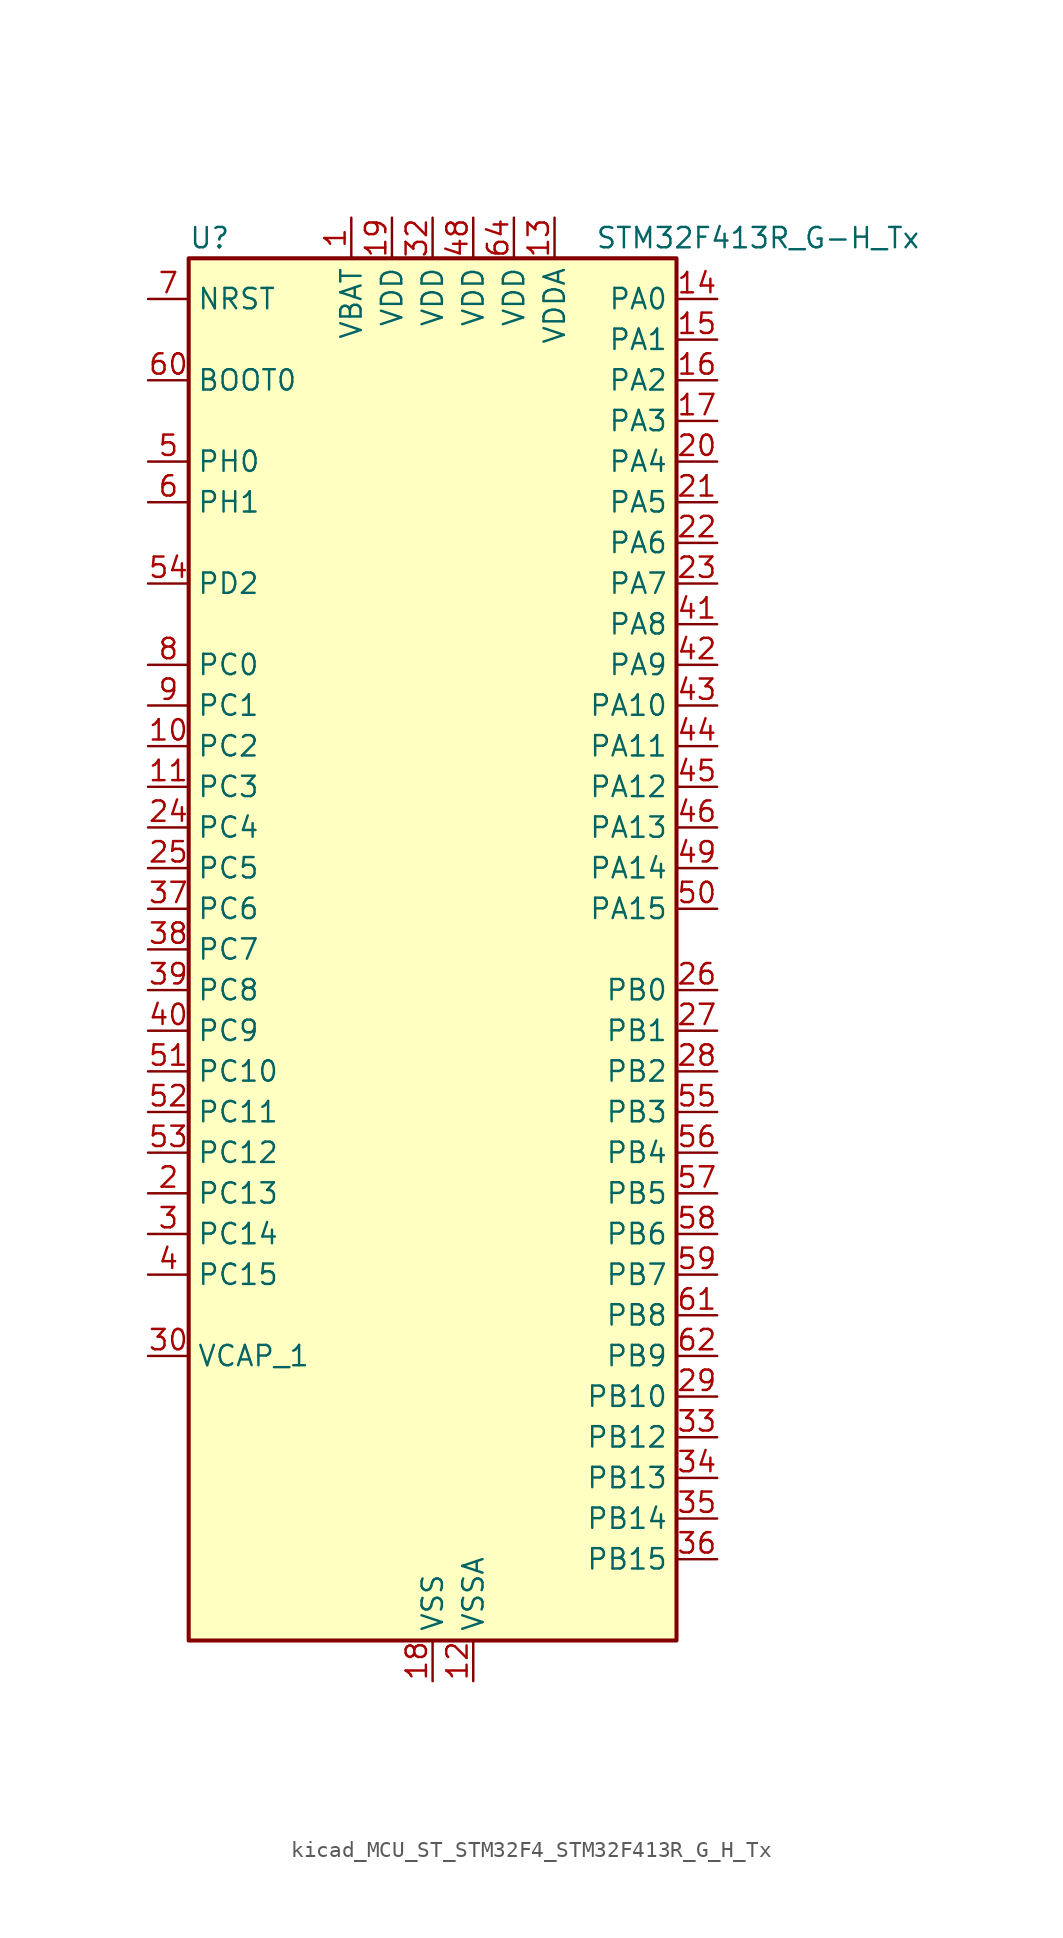
<source format=kicad_sym>
(kicad_symbol_lib
  (version 20220914)
  (generator kicad_symbol_editor)
  (symbol "kicad_MCU_ST_STM32F4_STM32F413R_G_H_Tx"
    (property "Reference" "U"
      (at -15.24 44.45 0)
      (effects (font (size 1.27 1.27)) (justify left)))
    (property "Value" "STM32F413R_G-H_Tx"
      (at 10.16 44.45 0)
      (effects (font (size 1.27 1.27)) (justify left)))
    (property "ki_locked" ""
      (at 0 0 0)
      (effects (font (size 1.27 1.27))))
    (symbol "kicad_MCU_ST_STM32F4_STM32F413R_G_H_Tx_0_1"
      (rectangle (start -15.24 -43.18) (end 15.24 43.18) (stroke (width 0.254) (type default)) (fill (type background))))
    (symbol "kicad_MCU_ST_STM32F4_STM32F413R_G_H_Tx_1_1"
      (pin power_in line (at -5.08 45.72 270) (length 2.54) (name "VBAT" (effects (font (size 1.27 1.27)))) (number "1" (effects (font (size 1.27 1.27)))))
      (pin bidirectional line (at -17.78 12.7 0) (length 2.54) (name "PC2" (effects (font (size 1.27 1.27)))) (number "10" (effects (font (size 1.27 1.27)))) (alternate "ADC1_IN12" bidirectional line) (alternate "DFSDM1_CKOUT" bidirectional line) (alternate "DFSDM2_DATIN7" bidirectional line) (alternate "FSMC_NWE" bidirectional line) (alternate "I2S2_ext_SD" bidirectional line) (alternate "LPTIM1_IN2" bidirectional line) (alternate "SAI1_SCK_B" bidirectional line) (alternate "SPI2_MISO" bidirectional line))
      (pin bidirectional line (at -17.78 10.16 0) (length 2.54) (name "PC3" (effects (font (size 1.27 1.27)))) (number "11" (effects (font (size 1.27 1.27)))) (alternate "ADC1_IN13" bidirectional line) (alternate "DFSDM2_CKIN7" bidirectional line) (alternate "FSMC_A0" bidirectional line) (alternate "I2S2_SD" bidirectional line) (alternate "LPTIM1_ETR" bidirectional line) (alternate "SAI1_FS_B" bidirectional line) (alternate "SPI2_MOSI" bidirectional line))
      (pin power_in line (at 2.54 -45.72 90) (length 2.54) (name "VSSA" (effects (font (size 1.27 1.27)))) (number "12" (effects (font (size 1.27 1.27)))))
      (pin power_in line (at 7.62 45.72 270) (length 2.54) (name "VDDA" (effects (font (size 1.27 1.27)))) (number "13" (effects (font (size 1.27 1.27)))))
      (pin bidirectional line (at 17.78 40.64 180) (length 2.54) (name "PA0" (effects (font (size 1.27 1.27)))) (number "14" (effects (font (size 1.27 1.27)))) (alternate "ADC1_IN0" bidirectional line) (alternate "SYS_WKUP1" bidirectional line) (alternate "TIM2_CH1" bidirectional line) (alternate "TIM2_ETR" bidirectional line) (alternate "TIM5_CH1" bidirectional line) (alternate "TIM8_ETR" bidirectional line) (alternate "UART4_TX" bidirectional line) (alternate "USART2_CTS" bidirectional line))
      (pin bidirectional line (at 17.78 38.1 180) (length 2.54) (name "PA1" (effects (font (size 1.27 1.27)))) (number "15" (effects (font (size 1.27 1.27)))) (alternate "ADC1_IN1" bidirectional line) (alternate "I2S4_SD" bidirectional line) (alternate "QUADSPI_BK1_IO3" bidirectional line) (alternate "SPI4_MOSI" bidirectional line) (alternate "TIM2_CH2" bidirectional line) (alternate "TIM5_CH2" bidirectional line) (alternate "UART4_RX" bidirectional line) (alternate "USART2_RTS" bidirectional line))
      (pin bidirectional line (at 17.78 35.56 180) (length 2.54) (name "PA2" (effects (font (size 1.27 1.27)))) (number "16" (effects (font (size 1.27 1.27)))) (alternate "ADC1_IN2" bidirectional line) (alternate "FSMC_D4" bidirectional line) (alternate "FSMC_DA4" bidirectional line) (alternate "I2S_CKIN" bidirectional line) (alternate "TIM2_CH3" bidirectional line) (alternate "TIM5_CH3" bidirectional line) (alternate "TIM9_CH1" bidirectional line) (alternate "USART2_TX" bidirectional line))
      (pin bidirectional line (at 17.78 33.02 180) (length 2.54) (name "PA3" (effects (font (size 1.27 1.27)))) (number "17" (effects (font (size 1.27 1.27)))) (alternate "ADC1_IN3" bidirectional line) (alternate "FSMC_D5" bidirectional line) (alternate "FSMC_DA5" bidirectional line) (alternate "I2S2_MCK" bidirectional line) (alternate "SAI1_SD_B" bidirectional line) (alternate "TIM2_CH4" bidirectional line) (alternate "TIM5_CH4" bidirectional line) (alternate "TIM9_CH2" bidirectional line) (alternate "USART2_RX" bidirectional line))
      (pin power_in line (at 0 -45.72 90) (length 2.54) (name "VSS" (effects (font (size 1.27 1.27)))) (number "18" (effects (font (size 1.27 1.27)))))
      (pin power_in line (at -2.54 45.72 270) (length 2.54) (name "VDD" (effects (font (size 1.27 1.27)))) (number "19" (effects (font (size 1.27 1.27)))))
      (pin bidirectional line (at -17.78 -15.24 0) (length 2.54) (name "PC13" (effects (font (size 1.27 1.27)))) (number "2" (effects (font (size 1.27 1.27)))) (alternate "RTC_AF1" bidirectional line))
      (pin bidirectional line (at 17.78 30.48 180) (length 2.54) (name "PA4" (effects (font (size 1.27 1.27)))) (number "20" (effects (font (size 1.27 1.27)))) (alternate "ADC1_IN4" bidirectional line) (alternate "DAC_OUT1" bidirectional line) (alternate "DFSDM1_DATIN1" bidirectional line) (alternate "FSMC_D6" bidirectional line) (alternate "FSMC_DA6" bidirectional line) (alternate "I2S1_WS" bidirectional line) (alternate "I2S3_WS" bidirectional line) (alternate "SPI1_NSS" bidirectional line) (alternate "SPI3_NSS" bidirectional line) (alternate "USART2_CK" bidirectional line))
      (pin bidirectional line (at 17.78 27.94 180) (length 2.54) (name "PA5" (effects (font (size 1.27 1.27)))) (number "21" (effects (font (size 1.27 1.27)))) (alternate "ADC1_IN5" bidirectional line) (alternate "DAC_OUT2" bidirectional line) (alternate "DFSDM1_CKIN1" bidirectional line) (alternate "FSMC_D7" bidirectional line) (alternate "FSMC_DA7" bidirectional line) (alternate "I2S1_CK" bidirectional line) (alternate "SPI1_SCK" bidirectional line) (alternate "TIM2_CH1" bidirectional line) (alternate "TIM2_ETR" bidirectional line) (alternate "TIM8_CH1N" bidirectional line))
      (pin bidirectional line (at 17.78 25.4 180) (length 2.54) (name "PA6" (effects (font (size 1.27 1.27)))) (number "22" (effects (font (size 1.27 1.27)))) (alternate "ADC1_IN6" bidirectional line) (alternate "DFSDM2_CKIN1" bidirectional line) (alternate "I2S2_MCK" bidirectional line) (alternate "QUADSPI_BK2_IO0" bidirectional line) (alternate "SDIO_CMD" bidirectional line) (alternate "SPI1_MISO" bidirectional line) (alternate "TIM13_CH1" bidirectional line) (alternate "TIM1_BKIN" bidirectional line) (alternate "TIM3_CH1" bidirectional line) (alternate "TIM8_BKIN" bidirectional line))
      (pin bidirectional line (at 17.78 22.86 180) (length 2.54) (name "PA7" (effects (font (size 1.27 1.27)))) (number "23" (effects (font (size 1.27 1.27)))) (alternate "ADC1_IN7" bidirectional line) (alternate "DFSDM2_DATIN1" bidirectional line) (alternate "I2S1_SD" bidirectional line) (alternate "QUADSPI_BK2_IO1" bidirectional line) (alternate "SPI1_MOSI" bidirectional line) (alternate "TIM14_CH1" bidirectional line) (alternate "TIM1_CH1N" bidirectional line) (alternate "TIM3_CH2" bidirectional line) (alternate "TIM8_CH1N" bidirectional line))
      (pin bidirectional line (at -17.78 7.62 0) (length 2.54) (name "PC4" (effects (font (size 1.27 1.27)))) (number "24" (effects (font (size 1.27 1.27)))) (alternate "ADC1_IN14" bidirectional line) (alternate "DFSDM2_CKIN2" bidirectional line) (alternate "FSMC_NE4" bidirectional line) (alternate "I2S1_MCK" bidirectional line) (alternate "QUADSPI_BK2_IO2" bidirectional line))
      (pin bidirectional line (at -17.78 5.08 0) (length 2.54) (name "PC5" (effects (font (size 1.27 1.27)))) (number "25" (effects (font (size 1.27 1.27)))) (alternate "ADC1_IN15" bidirectional line) (alternate "DFSDM2_DATIN2" bidirectional line) (alternate "FMPI2C1_SMBA" bidirectional line) (alternate "FSMC_NOE" bidirectional line) (alternate "QUADSPI_BK2_IO3" bidirectional line) (alternate "USART3_RX" bidirectional line))
      (pin bidirectional line (at 17.78 -2.54 180) (length 2.54) (name "PB0" (effects (font (size 1.27 1.27)))) (number "26" (effects (font (size 1.27 1.27)))) (alternate "ADC1_IN8" bidirectional line) (alternate "I2S5_CK" bidirectional line) (alternate "SPI5_SCK" bidirectional line) (alternate "TIM1_CH2N" bidirectional line) (alternate "TIM3_CH3" bidirectional line) (alternate "TIM8_CH2N" bidirectional line))
      (pin bidirectional line (at 17.78 -5.08 180) (length 2.54) (name "PB1" (effects (font (size 1.27 1.27)))) (number "27" (effects (font (size 1.27 1.27)))) (alternate "ADC1_IN9" bidirectional line) (alternate "DFSDM1_DATIN0" bidirectional line) (alternate "I2S5_WS" bidirectional line) (alternate "QUADSPI_CLK" bidirectional line) (alternate "SPI5_NSS" bidirectional line) (alternate "TIM1_CH3N" bidirectional line) (alternate "TIM3_CH4" bidirectional line) (alternate "TIM8_CH3N" bidirectional line))
      (pin bidirectional line (at 17.78 -7.62 180) (length 2.54) (name "PB2" (effects (font (size 1.27 1.27)))) (number "28" (effects (font (size 1.27 1.27)))) (alternate "DFSDM1_CKIN0" bidirectional line) (alternate "LPTIM1_OUT" bidirectional line) (alternate "QUADSPI_CLK" bidirectional line))
      (pin bidirectional line (at 17.78 -27.94 180) (length 2.54) (name "PB10" (effects (font (size 1.27 1.27)))) (number "29" (effects (font (size 1.27 1.27)))) (alternate "DFSDM2_CKOUT" bidirectional line) (alternate "FMPI2C1_SCL" bidirectional line) (alternate "I2C2_SCL" bidirectional line) (alternate "I2S2_CK" bidirectional line) (alternate "I2S3_MCK" bidirectional line) (alternate "SDIO_D7" bidirectional line) (alternate "SPI2_SCK" bidirectional line) (alternate "TIM2_CH3" bidirectional line) (alternate "USART3_TX" bidirectional line))
      (pin bidirectional line (at -17.78 -17.78 0) (length 2.54) (name "PC14" (effects (font (size 1.27 1.27)))) (number "3" (effects (font (size 1.27 1.27)))) (alternate "RCC_OSC32_IN" bidirectional line))
      (pin power_out line (at -17.78 -25.4 0) (length 2.54) (name "VCAP_1" (effects (font (size 1.27 1.27)))) (number "30" (effects (font (size 1.27 1.27)))))
      (pin passive line (at 0 -45.72 90) (length 2.54) hide (name "VSS" (effects (font (size 1.27 1.27)))) (number "31" (effects (font (size 1.27 1.27)))))
      (pin power_in line (at 0 45.72 270) (length 2.54) (name "VDD" (effects (font (size 1.27 1.27)))) (number "32" (effects (font (size 1.27 1.27)))))
      (pin bidirectional line (at 17.78 -30.48 180) (length 2.54) (name "PB12" (effects (font (size 1.27 1.27)))) (number "33" (effects (font (size 1.27 1.27)))) (alternate "CAN2_RX" bidirectional line) (alternate "DFSDM1_DATIN1" bidirectional line) (alternate "I2C2_SMBA" bidirectional line) (alternate "I2S2_WS" bidirectional line) (alternate "I2S3_CK" bidirectional line) (alternate "I2S4_WS" bidirectional line) (alternate "SPI2_NSS" bidirectional line) (alternate "SPI3_SCK" bidirectional line) (alternate "SPI4_NSS" bidirectional line) (alternate "TIM1_BKIN" bidirectional line) (alternate "UART5_RX" bidirectional line) (alternate "USART3_CK" bidirectional line))
      (pin bidirectional line (at 17.78 -33.02 180) (length 2.54) (name "PB13" (effects (font (size 1.27 1.27)))) (number "34" (effects (font (size 1.27 1.27)))) (alternate "CAN2_TX" bidirectional line) (alternate "DFSDM1_CKIN1" bidirectional line) (alternate "FMPI2C1_SMBA" bidirectional line) (alternate "I2S2_CK" bidirectional line) (alternate "I2S4_CK" bidirectional line) (alternate "SPI2_SCK" bidirectional line) (alternate "SPI4_SCK" bidirectional line) (alternate "TIM1_CH1N" bidirectional line) (alternate "UART5_TX" bidirectional line) (alternate "USART3_CTS" bidirectional line))
      (pin bidirectional line (at 17.78 -35.56 180) (length 2.54) (name "PB14" (effects (font (size 1.27 1.27)))) (number "35" (effects (font (size 1.27 1.27)))) (alternate "DFSDM1_DATIN2" bidirectional line) (alternate "FMPI2C1_SDA" bidirectional line) (alternate "FSMC_D0" bidirectional line) (alternate "FSMC_DA0" bidirectional line) (alternate "I2S2_ext_SD" bidirectional line) (alternate "SDIO_D6" bidirectional line) (alternate "SPI2_MISO" bidirectional line) (alternate "TIM12_CH1" bidirectional line) (alternate "TIM1_CH2N" bidirectional line) (alternate "TIM8_CH2N" bidirectional line) (alternate "USART3_RTS" bidirectional line))
      (pin bidirectional line (at 17.78 -38.1 180) (length 2.54) (name "PB15" (effects (font (size 1.27 1.27)))) (number "36" (effects (font (size 1.27 1.27)))) (alternate "ADC1_EXTI15" bidirectional line) (alternate "DFSDM1_CKIN2" bidirectional line) (alternate "FMPI2C1_SCL" bidirectional line) (alternate "I2S2_SD" bidirectional line) (alternate "RTC_REFIN" bidirectional line) (alternate "SDIO_CK" bidirectional line) (alternate "SPI2_MOSI" bidirectional line) (alternate "TIM12_CH2" bidirectional line) (alternate "TIM1_CH3N" bidirectional line) (alternate "TIM8_CH3N" bidirectional line))
      (pin bidirectional line (at -17.78 2.54 0) (length 2.54) (name "PC6" (effects (font (size 1.27 1.27)))) (number "37" (effects (font (size 1.27 1.27)))) (alternate "DFSDM1_CKIN3" bidirectional line) (alternate "DFSDM2_DATIN6" bidirectional line) (alternate "FMPI2C1_SCL" bidirectional line) (alternate "FSMC_D1" bidirectional line) (alternate "FSMC_DA1" bidirectional line) (alternate "I2S2_MCK" bidirectional line) (alternate "SDIO_D6" bidirectional line) (alternate "TIM3_CH1" bidirectional line) (alternate "TIM8_CH1" bidirectional line) (alternate "USART6_TX" bidirectional line))
      (pin bidirectional line (at -17.78 0 0) (length 2.54) (name "PC7" (effects (font (size 1.27 1.27)))) (number "38" (effects (font (size 1.27 1.27)))) (alternate "DFSDM1_DATIN3" bidirectional line) (alternate "DFSDM2_CKIN6" bidirectional line) (alternate "FMPI2C1_SDA" bidirectional line) (alternate "I2S2_CK" bidirectional line) (alternate "I2S3_MCK" bidirectional line) (alternate "SDIO_D7" bidirectional line) (alternate "SPI2_SCK" bidirectional line) (alternate "TIM3_CH2" bidirectional line) (alternate "TIM8_CH2" bidirectional line) (alternate "USART6_RX" bidirectional line))
      (pin bidirectional line (at -17.78 -2.54 0) (length 2.54) (name "PC8" (effects (font (size 1.27 1.27)))) (number "39" (effects (font (size 1.27 1.27)))) (alternate "DFSDM2_CKIN3" bidirectional line) (alternate "QUADSPI_BK1_IO2" bidirectional line) (alternate "SDIO_D0" bidirectional line) (alternate "TIM3_CH3" bidirectional line) (alternate "TIM8_CH3" bidirectional line) (alternate "USART6_CK" bidirectional line))
      (pin bidirectional line (at -17.78 -20.32 0) (length 2.54) (name "PC15" (effects (font (size 1.27 1.27)))) (number "4" (effects (font (size 1.27 1.27)))) (alternate "ADC1_EXTI15" bidirectional line) (alternate "RCC_OSC32_OUT" bidirectional line))
      (pin bidirectional line (at -17.78 -5.08 0) (length 2.54) (name "PC9" (effects (font (size 1.27 1.27)))) (number "40" (effects (font (size 1.27 1.27)))) (alternate "DAC_EXTI9" bidirectional line) (alternate "DFSDM2_DATIN3" bidirectional line) (alternate "I2C3_SDA" bidirectional line) (alternate "I2S_CKIN" bidirectional line) (alternate "QUADSPI_BK1_IO0" bidirectional line) (alternate "RCC_MCO_2" bidirectional line) (alternate "SDIO_D1" bidirectional line) (alternate "TIM3_CH4" bidirectional line) (alternate "TIM8_CH4" bidirectional line))
      (pin bidirectional line (at 17.78 20.32 180) (length 2.54) (name "PA8" (effects (font (size 1.27 1.27)))) (number "41" (effects (font (size 1.27 1.27)))) (alternate "CAN3_RX" bidirectional line) (alternate "DFSDM1_CKOUT" bidirectional line) (alternate "I2C3_SCL" bidirectional line) (alternate "RCC_MCO_1" bidirectional line) (alternate "SDIO_D1" bidirectional line) (alternate "TIM1_CH1" bidirectional line) (alternate "UART7_RX" bidirectional line) (alternate "USART1_CK" bidirectional line) (alternate "USB_OTG_FS_SOF" bidirectional line))
      (pin bidirectional line (at 17.78 17.78 180) (length 2.54) (name "PA9" (effects (font (size 1.27 1.27)))) (number "42" (effects (font (size 1.27 1.27)))) (alternate "DAC_EXTI9" bidirectional line) (alternate "DFSDM2_CKIN3" bidirectional line) (alternate "I2C3_SMBA" bidirectional line) (alternate "I2S2_CK" bidirectional line) (alternate "SDIO_D2" bidirectional line) (alternate "SPI2_SCK" bidirectional line) (alternate "TIM1_CH2" bidirectional line) (alternate "USART1_TX" bidirectional line) (alternate "USB_OTG_FS_VBUS" bidirectional line))
      (pin bidirectional line (at 17.78 15.24 180) (length 2.54) (name "PA10" (effects (font (size 1.27 1.27)))) (number "43" (effects (font (size 1.27 1.27)))) (alternate "DFSDM2_DATIN3" bidirectional line) (alternate "I2S2_SD" bidirectional line) (alternate "I2S5_SD" bidirectional line) (alternate "SPI2_MOSI" bidirectional line) (alternate "SPI5_MOSI" bidirectional line) (alternate "TIM1_CH3" bidirectional line) (alternate "USART1_RX" bidirectional line) (alternate "USB_OTG_FS_ID" bidirectional line))
      (pin bidirectional line (at 17.78 12.7 180) (length 2.54) (name "PA11" (effects (font (size 1.27 1.27)))) (number "44" (effects (font (size 1.27 1.27)))) (alternate "ADC1_EXTI11" bidirectional line) (alternate "CAN1_RX" bidirectional line) (alternate "DFSDM2_CKIN5" bidirectional line) (alternate "I2S2_WS" bidirectional line) (alternate "SPI2_NSS" bidirectional line) (alternate "SPI4_MISO" bidirectional line) (alternate "TIM1_CH4" bidirectional line) (alternate "UART4_RX" bidirectional line) (alternate "USART1_CTS" bidirectional line) (alternate "USART6_TX" bidirectional line) (alternate "USB_OTG_FS_DM" bidirectional line))
      (pin bidirectional line (at 17.78 10.16 180) (length 2.54) (name "PA12" (effects (font (size 1.27 1.27)))) (number "45" (effects (font (size 1.27 1.27)))) (alternate "CAN1_TX" bidirectional line) (alternate "DFSDM2_DATIN5" bidirectional line) (alternate "SPI2_MISO" bidirectional line) (alternate "SPI5_MISO" bidirectional line) (alternate "TIM1_ETR" bidirectional line) (alternate "UART4_TX" bidirectional line) (alternate "USART1_RTS" bidirectional line) (alternate "USART6_RX" bidirectional line) (alternate "USB_OTG_FS_DP" bidirectional line))
      (pin bidirectional line (at 17.78 7.62 180) (length 2.54) (name "PA13" (effects (font (size 1.27 1.27)))) (number "46" (effects (font (size 1.27 1.27)))) (alternate "SYS_JTMS-SWDIO" bidirectional line))
      (pin passive line (at 0 -45.72 90) (length 2.54) hide (name "VSS" (effects (font (size 1.27 1.27)))) (number "47" (effects (font (size 1.27 1.27)))))
      (pin power_in line (at 2.54 45.72 270) (length 2.54) (name "VDD" (effects (font (size 1.27 1.27)))) (number "48" (effects (font (size 1.27 1.27)))))
      (pin bidirectional line (at 17.78 5.08 180) (length 2.54) (name "PA14" (effects (font (size 1.27 1.27)))) (number "49" (effects (font (size 1.27 1.27)))) (alternate "SYS_JTCK-SWCLK" bidirectional line))
      (pin bidirectional line (at -17.78 30.48 0) (length 2.54) (name "PH0" (effects (font (size 1.27 1.27)))) (number "5" (effects (font (size 1.27 1.27)))) (alternate "RCC_OSC_IN" bidirectional line))
      (pin bidirectional line (at 17.78 2.54 180) (length 2.54) (name "PA15" (effects (font (size 1.27 1.27)))) (number "50" (effects (font (size 1.27 1.27)))) (alternate "ADC1_EXTI15" bidirectional line) (alternate "CAN3_TX" bidirectional line) (alternate "I2S1_WS" bidirectional line) (alternate "I2S3_WS" bidirectional line) (alternate "SAI1_MCLK_A" bidirectional line) (alternate "SPI1_NSS" bidirectional line) (alternate "SPI3_NSS" bidirectional line) (alternate "SYS_JTDI" bidirectional line) (alternate "TIM2_CH1" bidirectional line) (alternate "TIM2_ETR" bidirectional line) (alternate "UART7_TX" bidirectional line) (alternate "USART1_TX" bidirectional line))
      (pin bidirectional line (at -17.78 -7.62 0) (length 2.54) (name "PC10" (effects (font (size 1.27 1.27)))) (number "51" (effects (font (size 1.27 1.27)))) (alternate "DFSDM2_CKIN5" bidirectional line) (alternate "I2S3_CK" bidirectional line) (alternate "QUADSPI_BK1_IO1" bidirectional line) (alternate "SDIO_D2" bidirectional line) (alternate "SPI3_SCK" bidirectional line) (alternate "USART3_TX" bidirectional line))
      (pin bidirectional line (at -17.78 -10.16 0) (length 2.54) (name "PC11" (effects (font (size 1.27 1.27)))) (number "52" (effects (font (size 1.27 1.27)))) (alternate "ADC1_EXTI11" bidirectional line) (alternate "DFSDM2_DATIN5" bidirectional line) (alternate "FSMC_D2" bidirectional line) (alternate "FSMC_DA2" bidirectional line) (alternate "I2S3_ext_SD" bidirectional line) (alternate "QUADSPI_BK2_NCS" bidirectional line) (alternate "SDIO_D3" bidirectional line) (alternate "SPI3_MISO" bidirectional line) (alternate "UART4_RX" bidirectional line) (alternate "USART3_RX" bidirectional line))
      (pin bidirectional line (at -17.78 -12.7 0) (length 2.54) (name "PC12" (effects (font (size 1.27 1.27)))) (number "53" (effects (font (size 1.27 1.27)))) (alternate "FSMC_D3" bidirectional line) (alternate "FSMC_DA3" bidirectional line) (alternate "I2S3_SD" bidirectional line) (alternate "SDIO_CK" bidirectional line) (alternate "SPI3_MOSI" bidirectional line) (alternate "UART5_TX" bidirectional line) (alternate "USART3_CK" bidirectional line))
      (pin bidirectional line (at -17.78 22.86 0) (length 2.54) (name "PD2" (effects (font (size 1.27 1.27)))) (number "54" (effects (font (size 1.27 1.27)))) (alternate "DFSDM2_CKOUT" bidirectional line) (alternate "FSMC_NWE" bidirectional line) (alternate "SDIO_CMD" bidirectional line) (alternate "TIM3_ETR" bidirectional line) (alternate "UART5_RX" bidirectional line))
      (pin bidirectional line (at 17.78 -10.16 180) (length 2.54) (name "PB3" (effects (font (size 1.27 1.27)))) (number "55" (effects (font (size 1.27 1.27)))) (alternate "CAN3_RX" bidirectional line) (alternate "FMPI2C1_SDA" bidirectional line) (alternate "I2C2_SDA" bidirectional line) (alternate "I2S1_CK" bidirectional line) (alternate "I2S3_CK" bidirectional line) (alternate "SAI1_SD_A" bidirectional line) (alternate "SPI1_SCK" bidirectional line) (alternate "SPI3_SCK" bidirectional line) (alternate "SYS_JTDO-SWO" bidirectional line) (alternate "TIM2_CH2" bidirectional line) (alternate "UART7_RX" bidirectional line) (alternate "USART1_RX" bidirectional line))
      (pin bidirectional line (at 17.78 -12.7 180) (length 2.54) (name "PB4" (effects (font (size 1.27 1.27)))) (number "56" (effects (font (size 1.27 1.27)))) (alternate "CAN3_TX" bidirectional line) (alternate "I2C3_SDA" bidirectional line) (alternate "I2S3_ext_SD" bidirectional line) (alternate "SAI1_SCK_A" bidirectional line) (alternate "SDIO_D0" bidirectional line) (alternate "SPI1_MISO" bidirectional line) (alternate "SPI3_MISO" bidirectional line) (alternate "SYS_JTRST" bidirectional line) (alternate "TIM3_CH1" bidirectional line) (alternate "UART7_TX" bidirectional line))
      (pin bidirectional line (at 17.78 -15.24 180) (length 2.54) (name "PB5" (effects (font (size 1.27 1.27)))) (number "57" (effects (font (size 1.27 1.27)))) (alternate "CAN2_RX" bidirectional line) (alternate "I2C1_SMBA" bidirectional line) (alternate "I2S1_SD" bidirectional line) (alternate "I2S3_SD" bidirectional line) (alternate "LPTIM1_IN1" bidirectional line) (alternate "SAI1_FS_A" bidirectional line) (alternate "SDIO_D3" bidirectional line) (alternate "SPI1_MOSI" bidirectional line) (alternate "SPI3_MOSI" bidirectional line) (alternate "TIM3_CH2" bidirectional line) (alternate "UART5_RX" bidirectional line))
      (pin bidirectional line (at 17.78 -17.78 180) (length 2.54) (name "PB6" (effects (font (size 1.27 1.27)))) (number "58" (effects (font (size 1.27 1.27)))) (alternate "CAN2_TX" bidirectional line) (alternate "DFSDM2_CKIN7" bidirectional line) (alternate "I2C1_SCL" bidirectional line) (alternate "LPTIM1_ETR" bidirectional line) (alternate "QUADSPI_BK1_NCS" bidirectional line) (alternate "SDIO_D0" bidirectional line) (alternate "TIM4_CH1" bidirectional line) (alternate "UART5_TX" bidirectional line) (alternate "USART1_TX" bidirectional line))
      (pin bidirectional line (at 17.78 -20.32 180) (length 2.54) (name "PB7" (effects (font (size 1.27 1.27)))) (number "59" (effects (font (size 1.27 1.27)))) (alternate "DFSDM2_DATIN7" bidirectional line) (alternate "FSMC_NL" bidirectional line) (alternate "I2C1_SDA" bidirectional line) (alternate "LPTIM1_IN2" bidirectional line) (alternate "TIM4_CH2" bidirectional line) (alternate "USART1_RX" bidirectional line))
      (pin bidirectional line (at -17.78 27.94 0) (length 2.54) (name "PH1" (effects (font (size 1.27 1.27)))) (number "6" (effects (font (size 1.27 1.27)))) (alternate "RCC_OSC_OUT" bidirectional line))
      (pin input line (at -17.78 35.56 0) (length 2.54) (name "BOOT0" (effects (font (size 1.27 1.27)))) (number "60" (effects (font (size 1.27 1.27)))))
      (pin bidirectional line (at 17.78 -22.86 180) (length 2.54) (name "PB8" (effects (font (size 1.27 1.27)))) (number "61" (effects (font (size 1.27 1.27)))) (alternate "CAN1_RX" bidirectional line) (alternate "DFSDM2_CKIN1" bidirectional line) (alternate "I2C1_SCL" bidirectional line) (alternate "I2C3_SDA" bidirectional line) (alternate "I2S5_SD" bidirectional line) (alternate "LPTIM1_OUT" bidirectional line) (alternate "SDIO_D4" bidirectional line) (alternate "SPI5_MOSI" bidirectional line) (alternate "TIM10_CH1" bidirectional line) (alternate "TIM4_CH3" bidirectional line) (alternate "UART5_RX" bidirectional line))
      (pin bidirectional line (at 17.78 -25.4 180) (length 2.54) (name "PB9" (effects (font (size 1.27 1.27)))) (number "62" (effects (font (size 1.27 1.27)))) (alternate "CAN1_TX" bidirectional line) (alternate "DAC_EXTI9" bidirectional line) (alternate "DFSDM2_DATIN1" bidirectional line) (alternate "I2C1_SDA" bidirectional line) (alternate "I2C2_SDA" bidirectional line) (alternate "I2S2_WS" bidirectional line) (alternate "SDIO_D5" bidirectional line) (alternate "SPI2_NSS" bidirectional line) (alternate "TIM11_CH1" bidirectional line) (alternate "TIM4_CH4" bidirectional line) (alternate "UART5_TX" bidirectional line))
      (pin passive line (at 0 -45.72 90) (length 2.54) hide (name "VSS" (effects (font (size 1.27 1.27)))) (number "63" (effects (font (size 1.27 1.27)))))
      (pin power_in line (at 5.08 45.72 270) (length 2.54) (name "VDD" (effects (font (size 1.27 1.27)))) (number "64" (effects (font (size 1.27 1.27)))))
      (pin input line (at -17.78 40.64 0) (length 2.54) (name "NRST" (effects (font (size 1.27 1.27)))) (number "7" (effects (font (size 1.27 1.27)))))
      (pin bidirectional line (at -17.78 17.78 0) (length 2.54) (name "PC0" (effects (font (size 1.27 1.27)))) (number "8" (effects (font (size 1.27 1.27)))) (alternate "ADC1_IN10" bidirectional line) (alternate "DFSDM2_CKIN4" bidirectional line) (alternate "LPTIM1_IN1" bidirectional line) (alternate "SAI1_MCLK_B" bidirectional line) (alternate "SYS_WKUP2" bidirectional line))
      (pin bidirectional line (at -17.78 15.24 0) (length 2.54) (name "PC1" (effects (font (size 1.27 1.27)))) (number "9" (effects (font (size 1.27 1.27)))) (alternate "ADC1_IN11" bidirectional line) (alternate "DFSDM2_DATIN4" bidirectional line) (alternate "LPTIM1_OUT" bidirectional line) (alternate "SAI1_SD_B" bidirectional line) (alternate "SYS_WKUP3" bidirectional line)))))
</source>
